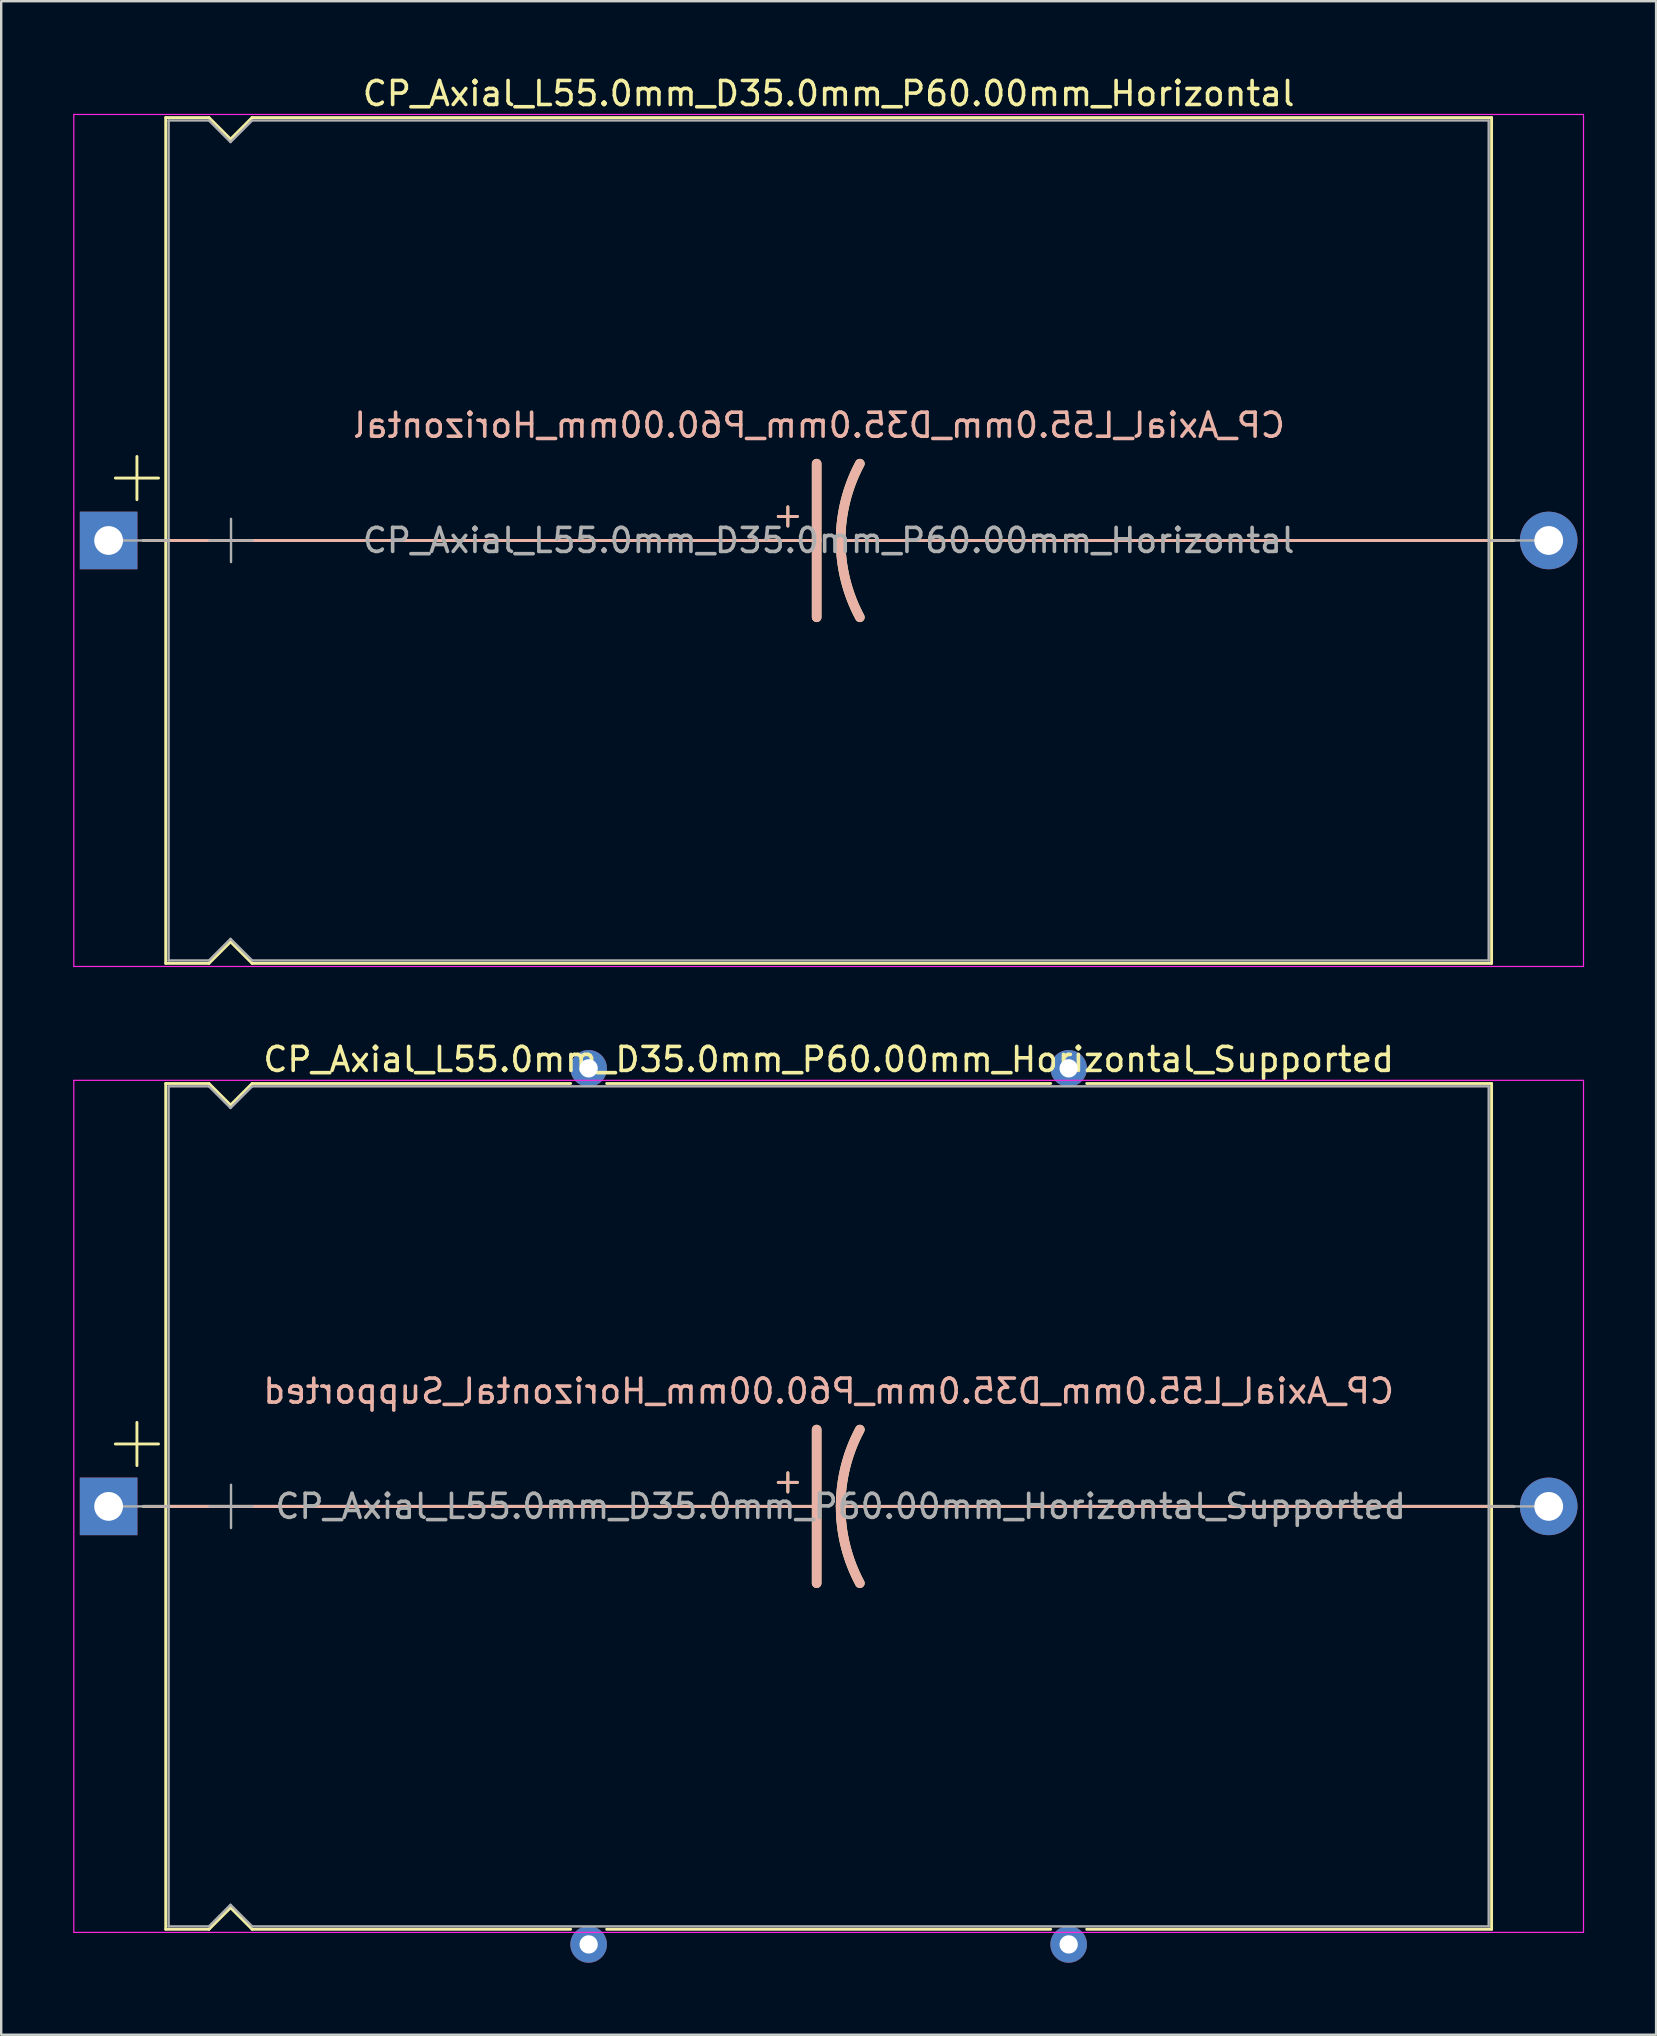
<source format=kicad_pcb>
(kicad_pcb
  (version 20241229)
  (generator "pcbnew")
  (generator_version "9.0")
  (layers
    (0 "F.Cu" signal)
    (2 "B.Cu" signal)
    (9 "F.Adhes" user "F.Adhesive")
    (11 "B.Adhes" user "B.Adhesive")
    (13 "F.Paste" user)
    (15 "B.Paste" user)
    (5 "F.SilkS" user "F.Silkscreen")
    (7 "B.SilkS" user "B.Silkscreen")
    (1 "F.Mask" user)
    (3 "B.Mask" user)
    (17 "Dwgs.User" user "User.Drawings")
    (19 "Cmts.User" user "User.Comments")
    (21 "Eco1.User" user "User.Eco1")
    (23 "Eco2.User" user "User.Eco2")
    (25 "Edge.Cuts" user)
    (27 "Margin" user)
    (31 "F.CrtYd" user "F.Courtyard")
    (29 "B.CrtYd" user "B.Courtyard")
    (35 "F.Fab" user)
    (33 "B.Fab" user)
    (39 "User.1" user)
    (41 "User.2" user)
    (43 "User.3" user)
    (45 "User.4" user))
  (footprint "CP_Axial_L55.0mm_D35.0mm_P60.00mm_Horizontal_Supported"
    (layer "F.Cu")
    (at 1.475 59.712)
    (property "Reference" "CP_Axial_L55.0mm_D35.0mm_P60.00mm_Horizontal_Supported" (at 30 -18.62 0) (layer "F.SilkS") (effects (font (size 1 1) (thickness 0.15))))
    (fp_line (start 0.28 -2.6) (end 2.08 -2.6) (stroke (width 0.12) (type solid)) (layer "F.SilkS"))
    (fp_line (start 1.18 -3.5) (end 1.18 -1.7) (stroke (width 0.12) (type solid)) (layer "F.SilkS"))
    (fp_line (start 1.44 0) (end 2.38 0) (stroke (width 0.12) (type solid)) (layer "F.SilkS"))
    (fp_line (start 2.38 -17.62) (end 2.38 17.62) (stroke (width 0.12) (type solid)) (layer "F.SilkS"))
    (fp_line (start 2.38 -17.62) (end 4.18 -17.62) (stroke (width 0.12) (type solid)) (layer "F.SilkS"))
    (fp_line (start 2.38 0) (end 29.5 0) (stroke (width 0.12) (type solid)) (layer "F.SilkS"))
    (fp_line (start 2.38 17.62) (end 4.18 17.62) (stroke (width 0.12) (type solid)) (layer "F.SilkS"))
    (fp_line (start 4.18 -17.62) (end 5.08 -16.72) (stroke (width 0.12) (type solid)) (layer "F.SilkS"))
    (fp_line (start 4.18 17.62) (end 5.08 16.72) (stroke (width 0.12) (type solid)) (layer "F.SilkS"))
    (fp_line (start 5.08 -16.72) (end 5.98 -17.62) (stroke (width 0.12) (type solid)) (layer "F.SilkS"))
    (fp_line (start 5.08 16.72) (end 5.98 17.62) (stroke (width 0.12) (type solid)) (layer "F.SilkS"))
    (fp_line (start 5.98 -17.62) (end 19.25 -17.62) (stroke (width 0.12) (type solid)) (layer "F.SilkS"))
    (fp_line (start 5.98 17.62) (end 19.25 17.62) (stroke (width 0.12) (type solid)) (layer "F.SilkS"))
    (fp_line (start 20.75 -17.62) (end 39.25 -17.62) (stroke (width 0.12) (type solid)) (layer "F.SilkS"))
    (fp_line (start 20.75 17.62) (end 39.25 17.62) (stroke (width 0.12) (type solid)) (layer "F.SilkS"))
    (fp_line (start 27.9 -1) (end 28.7 -1) (stroke (width 0.12) (type solid)) (layer "F.SilkS"))
    (fp_line (start 28.3 -1.4) (end 28.3 -0.6) (stroke (width 0.12) (type solid)) (layer "F.SilkS"))
    (fp_line (start 29.5 0) (end 29.5 -3.2) (stroke (width 0.4) (type solid)) (layer "F.SilkS"))
    (fp_line (start 29.5 0) (end 29.5 3.2) (stroke (width 0.4) (type solid)) (layer "F.SilkS"))
    (fp_line (start 40.75 -17.62) (end 57.62 -17.62) (stroke (width 0.12) (type solid)) (layer "F.SilkS"))
    (fp_line (start 40.75 17.62) (end 57.62 17.62) (stroke (width 0.12) (type solid)) (layer "F.SilkS"))
    (fp_line (start 57.62 -17.62) (end 57.62 17.62) (stroke (width 0.12) (type solid)) (layer "F.SilkS"))
    (fp_line (start 57.62 0) (end 30.5 0) (stroke (width 0.12) (type solid)) (layer "F.SilkS"))
    (fp_line (start 58.56 0) (end 57.62 0) (stroke (width 0.12) (type solid)) (layer "F.SilkS"))
    (fp_arc (start 30.5 0) (mid 30.703545 -1.649114) (end 31.3 -3.2) (stroke (width 0.4) (type solid)) (layer "F.SilkS"))
    (fp_arc (start 31.3 3.2) (mid 30.700704 1.649824) (end 30.5 0) (stroke (width 0.4) (type solid)) (layer "F.SilkS"))
    (fp_line (start 1.45 0) (end 20.88 0) (stroke (width 0.12) (type solid)) (layer "B.SilkS"))
    (fp_line (start 2.38 0) (end 29.5 0) (stroke (width 0.12) (type solid)) (layer "B.SilkS"))
    (fp_line (start 27.9 -1) (end 28.7 -1) (stroke (width 0.12) (type solid)) (layer "B.SilkS"))
    (fp_line (start 28.3 -0.6) (end 28.3 -1.4) (stroke (width 0.12) (type solid)) (layer "B.SilkS"))
    (fp_line (start 29.5 0) (end 29.5 -3.2) (stroke (width 0.4) (type solid)) (layer "B.SilkS"))
    (fp_line (start 29.5 0) (end 29.5 3.2) (stroke (width 0.4) (type solid)) (layer "B.SilkS"))
    (fp_line (start 57.62 0) (end 30.5 0) (stroke (width 0.12) (type solid)) (layer "B.SilkS"))
    (fp_line (start 58.55 0) (end 39.12 0) (stroke (width 0.12) (type solid)) (layer "B.SilkS"))
    (fp_arc (start 30.5 0) (mid 30.700703 -1.649824) (end 31.3 -3.2) (stroke (width 0.4) (type solid)) (layer "B.SilkS"))
    (fp_arc (start 31.3 3.2) (mid 30.703544 1.649114) (end 30.5 0) (stroke (width 0.4) (type solid)) (layer "B.SilkS"))
    (fp_line (start -1.45 -17.75) (end -1.45 17.75) (stroke (width 0.05) (type solid)) (layer "F.CrtYd"))
    (fp_line (start -1.45 17.75) (end 61.45 17.75) (stroke (width 0.05) (type solid)) (layer "F.CrtYd"))
    (fp_line (start 61.45 -17.75) (end -1.45 -17.75) (stroke (width 0.05) (type solid)) (layer "F.CrtYd"))
    (fp_line (start 61.45 17.75) (end 61.45 -17.75) (stroke (width 0.05) (type solid)) (layer "F.CrtYd"))
    (fp_line (start 0 0) (end 2.5 0) (stroke (width 0.1) (type solid)) (layer "F.Fab"))
    (fp_line (start 2.5 -17.5) (end 2.5 17.5) (stroke (width 0.1) (type solid)) (layer "F.Fab"))
    (fp_line (start 2.5 -17.5) (end 4.18 -17.5) (stroke (width 0.1) (type solid)) (layer "F.Fab"))
    (fp_line (start 2.5 17.5) (end 4.18 17.5) (stroke (width 0.1) (type solid)) (layer "F.Fab"))
    (fp_line (start 4.18 -17.5) (end 5.08 -16.6) (stroke (width 0.1) (type solid)) (layer "F.Fab"))
    (fp_line (start 4.18 17.5) (end 5.08 16.6) (stroke (width 0.1) (type solid)) (layer "F.Fab"))
    (fp_line (start 4.2 0) (end 6 0) (stroke (width 0.1) (type solid)) (layer "F.Fab"))
    (fp_line (start 5.08 -16.6) (end 5.98 -17.5) (stroke (width 0.1) (type solid)) (layer "F.Fab"))
    (fp_line (start 5.08 16.6) (end 5.98 17.5) (stroke (width 0.1) (type solid)) (layer "F.Fab"))
    (fp_line (start 5.1 -0.9) (end 5.1 0.9) (stroke (width 0.1) (type solid)) (layer "F.Fab"))
    (fp_line (start 5.98 -17.5) (end 57.5 -17.5) (stroke (width 0.1) (type solid)) (layer "F.Fab"))
    (fp_line (start 5.98 17.5) (end 57.5 17.5) (stroke (width 0.1) (type solid)) (layer "F.Fab"))
    (fp_line (start 57.5 -17.5) (end 57.5 17.5) (stroke (width 0.1) (type solid)) (layer "F.Fab"))
    (fp_line (start 60 0) (end 57.5 0) (stroke (width 0.1) (type solid)) (layer "F.Fab"))
    (fp_text user "${REFERENCE}" (at 30 -4.8 0) (layer "B.SilkS") (effects (font (size 1 1) (thickness 0.15)) (justify mirror)))
    (fp_text user "${REFERENCE}" (at 30.5 0 0) (layer "F.Fab") (effects (font (size 1 1) (thickness 0.15))))
    (pad "" thru_hole circle (at 20 -18.25) (size 1.524 1.524) (drill 0.762) (layers "*.Cu" "*.Mask"))
    (pad "" thru_hole circle (at 20 18.25) (size 1.524 1.524) (drill 0.762) (layers "*.Cu" "*.Mask"))
    (pad "" thru_hole circle (at 40 -18.25) (size 1.524 1.524) (drill 0.762) (layers "*.Cu" "*.Mask"))
    (pad "" thru_hole circle (at 40 18.25) (size 1.524 1.524) (drill 0.762) (layers "*.Cu" "*.Mask"))
    (pad "1" thru_hole rect (at 0 0) (size 2.4 2.4) (drill 1.2) (layers "*.Cu" "*.Mask"))
    (pad "2" thru_hole oval (at 60 0) (size 2.4 2.4) (drill 1.2) (layers "*.Cu" "*.Mask")))
  (footprint "CP_Axial_L55.0mm_D35.0mm_P60.00mm_Horizontal"
    (layer "F.Cu")
    (at 1.475 19.468)
    (property "Reference" "CP_Axial_L55.0mm_D35.0mm_P60.00mm_Horizontal" (at 30 -18.62 0) (layer "F.SilkS") (effects (font (size 1 1) (thickness 0.15))))
    (fp_line (start 0.28 -2.6) (end 2.08 -2.6) (stroke (width 0.12) (type solid)) (layer "F.SilkS"))
    (fp_line (start 1.18 -3.5) (end 1.18 -1.7) (stroke (width 0.12) (type solid)) (layer "F.SilkS"))
    (fp_line (start 1.44 0) (end 2.38 0) (stroke (width 0.12) (type solid)) (layer "F.SilkS"))
    (fp_line (start 2.38 -17.62) (end 2.38 17.62) (stroke (width 0.12) (type solid)) (layer "F.SilkS"))
    (fp_line (start 2.38 -17.62) (end 4.18 -17.62) (stroke (width 0.12) (type solid)) (layer "F.SilkS"))
    (fp_line (start 2.38 0) (end 29.5 0) (stroke (width 0.12) (type solid)) (layer "F.SilkS"))
    (fp_line (start 2.38 17.62) (end 4.18 17.62) (stroke (width 0.12) (type solid)) (layer "F.SilkS"))
    (fp_line (start 4.18 -17.62) (end 5.08 -16.72) (stroke (width 0.12) (type solid)) (layer "F.SilkS"))
    (fp_line (start 4.18 17.62) (end 5.08 16.72) (stroke (width 0.12) (type solid)) (layer "F.SilkS"))
    (fp_line (start 5.08 -16.72) (end 5.98 -17.62) (stroke (width 0.12) (type solid)) (layer "F.SilkS"))
    (fp_line (start 5.08 16.72) (end 5.98 17.62) (stroke (width 0.12) (type solid)) (layer "F.SilkS"))
    (fp_line (start 5.98 -17.62) (end 57.62 -17.62) (stroke (width 0.12) (type solid)) (layer "F.SilkS"))
    (fp_line (start 5.98 17.62) (end 57.62 17.62) (stroke (width 0.12) (type solid)) (layer "F.SilkS"))
    (fp_line (start 27.9 -1) (end 28.7 -1) (stroke (width 0.12) (type solid)) (layer "F.SilkS"))
    (fp_line (start 28.3 -1.4) (end 28.3 -0.6) (stroke (width 0.12) (type solid)) (layer "F.SilkS"))
    (fp_line (start 29.5 0) (end 29.5 -3.2) (stroke (width 0.4) (type solid)) (layer "F.SilkS"))
    (fp_line (start 29.5 0) (end 29.5 3.2) (stroke (width 0.4) (type solid)) (layer "F.SilkS"))
    (fp_line (start 57.62 -17.62) (end 57.62 17.62) (stroke (width 0.12) (type solid)) (layer "F.SilkS"))
    (fp_line (start 57.62 0) (end 30.5 0) (stroke (width 0.12) (type solid)) (layer "F.SilkS"))
    (fp_line (start 58.56 0) (end 57.62 0) (stroke (width 0.12) (type solid)) (layer "F.SilkS"))
    (fp_arc (start 30.5 0) (mid 30.703545 -1.649114) (end 31.3 -3.2) (stroke (width 0.4) (type solid)) (layer "F.SilkS"))
    (fp_arc (start 31.3 3.2) (mid 30.700704 1.649824) (end 30.5 0) (stroke (width 0.4) (type solid)) (layer "F.SilkS"))
    (fp_line (start 1.45 0) (end 20.38 0) (stroke (width 0.12) (type solid)) (layer "B.SilkS"))
    (fp_line (start 2.38 0) (end 29.5 0) (stroke (width 0.12) (type solid)) (layer "B.SilkS"))
    (fp_line (start 27.9 -1) (end 28.7 -1) (stroke (width 0.12) (type solid)) (layer "B.SilkS"))
    (fp_line (start 28.3 -0.6) (end 28.3 -1.4) (stroke (width 0.12) (type solid)) (layer "B.SilkS"))
    (fp_line (start 29.5 0) (end 29.5 -3.2) (stroke (width 0.4) (type solid)) (layer "B.SilkS"))
    (fp_line (start 29.5 0) (end 29.5 3.2) (stroke (width 0.4) (type solid)) (layer "B.SilkS"))
    (fp_line (start 57.62 0) (end 30.5 0) (stroke (width 0.12) (type solid)) (layer "B.SilkS"))
    (fp_line (start 58.55 0) (end 38.62 0) (stroke (width 0.12) (type solid)) (layer "B.SilkS"))
    (fp_arc (start 30.5 0) (mid 30.700703 -1.649824) (end 31.3 -3.2) (stroke (width 0.4) (type solid)) (layer "B.SilkS"))
    (fp_arc (start 31.3 3.2) (mid 30.703544 1.649114) (end 30.5 0) (stroke (width 0.4) (type solid)) (layer "B.SilkS"))
    (fp_line (start -1.45 -17.75) (end -1.45 17.75) (stroke (width 0.05) (type solid)) (layer "F.CrtYd"))
    (fp_line (start -1.45 17.75) (end 61.45 17.75) (stroke (width 0.05) (type solid)) (layer "F.CrtYd"))
    (fp_line (start 61.45 -17.75) (end -1.45 -17.75) (stroke (width 0.05) (type solid)) (layer "F.CrtYd"))
    (fp_line (start 61.45 17.75) (end 61.45 -17.75) (stroke (width 0.05) (type solid)) (layer "F.CrtYd"))
    (fp_line (start 0 0) (end 2.5 0) (stroke (width 0.1) (type solid)) (layer "F.Fab"))
    (fp_line (start 2.5 -17.5) (end 2.5 17.5) (stroke (width 0.1) (type solid)) (layer "F.Fab"))
    (fp_line (start 2.5 -17.5) (end 4.18 -17.5) (stroke (width 0.1) (type solid)) (layer "F.Fab"))
    (fp_line (start 2.5 17.5) (end 4.18 17.5) (stroke (width 0.1) (type solid)) (layer "F.Fab"))
    (fp_line (start 4.18 -17.5) (end 5.08 -16.6) (stroke (width 0.1) (type solid)) (layer "F.Fab"))
    (fp_line (start 4.18 17.5) (end 5.08 16.6) (stroke (width 0.1) (type solid)) (layer "F.Fab"))
    (fp_line (start 4.2 0) (end 6 0) (stroke (width 0.1) (type solid)) (layer "F.Fab"))
    (fp_line (start 5.08 -16.6) (end 5.98 -17.5) (stroke (width 0.1) (type solid)) (layer "F.Fab"))
    (fp_line (start 5.08 16.6) (end 5.98 17.5) (stroke (width 0.1) (type solid)) (layer "F.Fab"))
    (fp_line (start 5.1 -0.9) (end 5.1 0.9) (stroke (width 0.1) (type solid)) (layer "F.Fab"))
    (fp_line (start 5.98 -17.5) (end 57.5 -17.5) (stroke (width 0.1) (type solid)) (layer "F.Fab"))
    (fp_line (start 5.98 17.5) (end 57.5 17.5) (stroke (width 0.1) (type solid)) (layer "F.Fab"))
    (fp_line (start 57.5 -17.5) (end 57.5 17.5) (stroke (width 0.1) (type solid)) (layer "F.Fab"))
    (fp_line (start 60 0) (end 57.5 0) (stroke (width 0.1) (type solid)) (layer "F.Fab"))
    (fp_text user "${REFERENCE}" (at 29.6 -4.8 0) (layer "B.SilkS") (effects (font (size 1 1) (thickness 0.15)) (justify mirror)))
    (fp_text user "${REFERENCE}" (at 30 0 0) (layer "F.Fab") (effects (font (size 1 1) (thickness 0.15))))
    (pad "1" thru_hole rect (at 0 0) (size 2.4 2.4) (drill 1.2) (layers "*.Cu" "*.Mask"))
    (pad "2" thru_hole oval (at 60 0) (size 2.4 2.4) (drill 1.2) (layers "*.Cu" "*.Mask")))
  (gr_rect
    (start -3 -3)
    (end 65.95 81.724)
    (stroke (width 0.1) (type default))
    (fill no)
    (layer "Edge.Cuts")))
</source>
